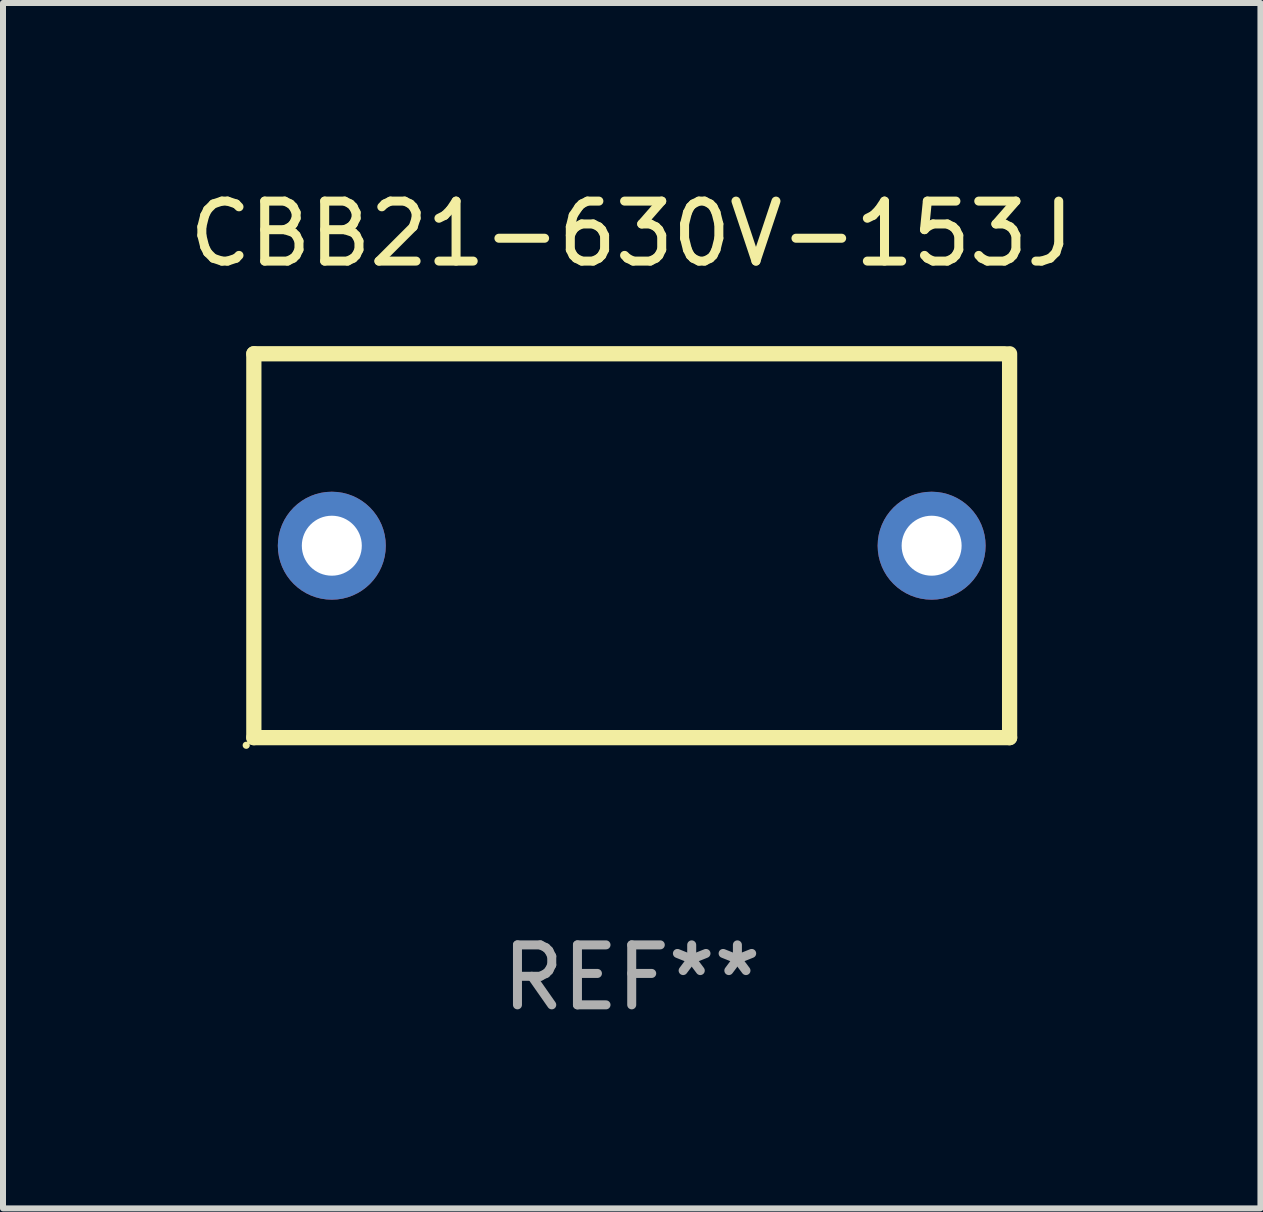
<source format=kicad_pcb>
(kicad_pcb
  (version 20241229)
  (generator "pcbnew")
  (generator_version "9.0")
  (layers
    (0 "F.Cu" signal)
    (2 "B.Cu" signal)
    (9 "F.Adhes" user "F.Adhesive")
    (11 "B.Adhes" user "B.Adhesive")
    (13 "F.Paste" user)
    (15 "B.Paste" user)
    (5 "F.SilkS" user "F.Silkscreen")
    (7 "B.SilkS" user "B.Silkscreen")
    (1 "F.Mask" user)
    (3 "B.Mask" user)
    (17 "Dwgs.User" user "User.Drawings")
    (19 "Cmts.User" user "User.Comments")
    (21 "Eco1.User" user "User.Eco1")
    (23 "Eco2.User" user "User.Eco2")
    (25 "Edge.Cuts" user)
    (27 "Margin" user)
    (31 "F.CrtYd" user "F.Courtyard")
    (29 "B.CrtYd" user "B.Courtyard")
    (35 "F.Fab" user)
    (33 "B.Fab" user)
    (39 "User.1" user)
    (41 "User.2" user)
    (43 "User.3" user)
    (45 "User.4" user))
  (footprint "CBB21-630V-153J"
    (layer "F.Cu")
    (at 7.482 6.048)
    (property "Reference" "CBB21-630V-153J" (at 0 -5.2 0) (layer "F.SilkS") (effects (font (size 1 1) (thickness 0.15))))
    (attr through_hole)
    (fp_line (start -6.3 3.2) (end 6.3 3.2) (stroke (width 0.254) (type solid)) (layer "F.SilkS"))
    (fp_line (start -6.3 -3.2) (end -6.3 3.2) (stroke (width 0.254) (type solid)) (layer "F.SilkS"))
    (fp_line (start -6.3 -3.2) (end 6.223 -3.2) (stroke (width 0.254) (type solid)) (layer "F.SilkS"))
    (fp_line (start 6.3 -3.2) (end 6.3 3.2) (stroke (width 0.254) (type solid)) (layer "F.SilkS"))
    (fp_circle (center -6.427 3.327) (end -6.397 3.327) (stroke (width 0.06) (type solid)) (fill no) (layer "F.SilkS"))
    (fp_text user "REF**" (at 0 7.2 0) (layer "F.Fab") (effects (font (size 1 1) (thickness 0.15))))
    (pad "1" thru_hole circle (at -5 0) (size 1.8 1.8) (drill 1) (layers "*.Cu" "*.Mask"))
    (pad "2" thru_hole circle (at 5 0) (size 1.8 1.8) (drill 1) (layers "*.Cu" "*.Mask")))
  (gr_rect
    (start -3 -3)
    (end 17.964 17.096)
    (stroke (width 0.1) (type default))
    (fill no)
    (layer "Edge.Cuts")))
</source>
